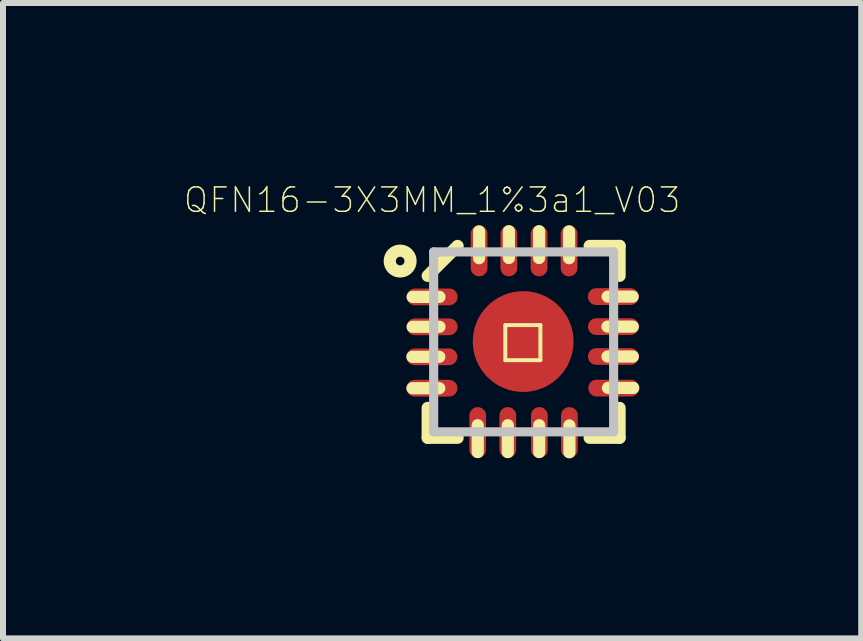
<source format=kicad_pcb>
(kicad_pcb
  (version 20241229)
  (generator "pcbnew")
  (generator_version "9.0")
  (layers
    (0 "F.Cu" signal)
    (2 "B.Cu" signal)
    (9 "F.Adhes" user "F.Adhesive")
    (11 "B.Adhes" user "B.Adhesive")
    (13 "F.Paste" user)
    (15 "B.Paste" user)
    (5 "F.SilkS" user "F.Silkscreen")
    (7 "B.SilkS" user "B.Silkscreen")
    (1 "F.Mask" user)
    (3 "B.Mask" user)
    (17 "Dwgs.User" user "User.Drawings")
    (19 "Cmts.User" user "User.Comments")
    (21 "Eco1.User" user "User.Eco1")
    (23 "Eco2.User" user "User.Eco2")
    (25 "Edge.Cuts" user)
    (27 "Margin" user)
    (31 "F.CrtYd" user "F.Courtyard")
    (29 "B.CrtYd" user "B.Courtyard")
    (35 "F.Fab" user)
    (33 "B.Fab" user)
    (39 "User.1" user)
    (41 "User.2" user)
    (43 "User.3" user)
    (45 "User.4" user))
  (footprint "QFN16-3X3MM_1%3a1_V03"
    (layer "F.Cu")
    (at 5.673 2.645)
    (property "Reference" "QFN16-3X3MM_1%3a1_V03" (at -1.524 -2.362 0) (layer "F.SilkS") (effects (font (size 0.406 0.406) (thickness 0.025))))
    (attr smd)
    (fp_line (start -1.852 0.249) (end -1.405 0.249) (stroke (width 0.203) (type solid)) (layer "F.SilkS"))
    (fp_line (start -1.852 0.772) (end -1.405 0.772) (stroke (width 0.203) (type solid)) (layer "F.SilkS"))
    (fp_line (start -1.849 -0.251) (end -1.402 -0.251) (stroke (width 0.203) (type solid)) (layer "F.SilkS"))
    (fp_line (start -1.598 -1.1) (end -1.1 -1.598) (stroke (width 0.203) (type solid)) (layer "F.SilkS"))
    (fp_line (start -1.598 1.598) (end -1.598 1.1) (stroke (width 0.203) (type solid)) (layer "F.SilkS"))
    (fp_line (start -1.402 -0.749) (end -1.849 -0.749) (stroke (width 0.203) (type solid)) (layer "F.SilkS"))
    (fp_line (start -1.1 1.598) (end -1.598 1.598) (stroke (width 0.203) (type solid)) (layer "F.SilkS"))
    (fp_line (start -0.765 1.836) (end -0.765 1.389) (stroke (width 0.203) (type solid)) (layer "F.SilkS"))
    (fp_line (start -0.742 -1.841) (end -0.742 -1.394) (stroke (width 0.203) (type solid)) (layer "F.SilkS"))
    (fp_line (start -0.305 -0.279) (end 0.279 -0.279) (stroke (width 0.066) (type solid)) (layer "F.SilkS"))
    (fp_line (start -0.305 0.305) (end -0.305 -0.279) (stroke (width 0.066) (type solid)) (layer "F.SilkS"))
    (fp_line (start -0.305 0.305) (end 0.279 0.305) (stroke (width 0.066) (type solid)) (layer "F.SilkS"))
    (fp_line (start -0.264 1.836) (end -0.264 1.389) (stroke (width 0.203) (type solid)) (layer "F.SilkS"))
    (fp_line (start -0.246 -1.844) (end -0.246 -1.397) (stroke (width 0.203) (type solid)) (layer "F.SilkS"))
    (fp_line (start 0.257 -1.844) (end 0.257 -1.397) (stroke (width 0.203) (type solid)) (layer "F.SilkS"))
    (fp_line (start 0.259 1.836) (end 0.259 1.389) (stroke (width 0.203) (type solid)) (layer "F.SilkS"))
    (fp_line (start 0.279 0.305) (end 0.279 -0.279) (stroke (width 0.066) (type solid)) (layer "F.SilkS"))
    (fp_line (start 0.757 -1.841) (end 0.757 -1.394) (stroke (width 0.203) (type solid)) (layer "F.SilkS"))
    (fp_line (start 0.762 1.839) (end 0.762 1.392) (stroke (width 0.203) (type solid)) (layer "F.SilkS"))
    (fp_line (start 1.1 -1.598) (end 1.598 -1.598) (stroke (width 0.203) (type solid)) (layer "F.SilkS"))
    (fp_line (start 1.598 -1.598) (end 1.598 -1.1) (stroke (width 0.203) (type solid)) (layer "F.SilkS"))
    (fp_line (start 1.598 1.1) (end 1.598 1.598) (stroke (width 0.203) (type solid)) (layer "F.SilkS"))
    (fp_line (start 1.598 1.598) (end 1.1 1.598) (stroke (width 0.203) (type solid)) (layer "F.SilkS"))
    (fp_line (start 1.816 -0.754) (end 1.4 -0.754) (stroke (width 0.203) (type solid)) (layer "F.SilkS"))
    (fp_line (start 1.819 -0.254) (end 1.397 -0.254) (stroke (width 0.203) (type solid)) (layer "F.SilkS"))
    (fp_line (start 1.819 0.244) (end 1.397 0.244) (stroke (width 0.203) (type solid)) (layer "F.SilkS"))
    (fp_line (start 1.826 0.767) (end 1.405 0.767) (stroke (width 0.203) (type solid)) (layer "F.SilkS"))
    (fp_circle (center -2.057 -1.346) (end -2.108 -1.397) (stroke (width 0.203) (type solid)) (fill no) (layer "F.SilkS"))
    (fp_line (start -1.499 -1.499) (end -1.499 1.499) (stroke (width 0.152) (type solid)) (layer "Dwgs.User"))
    (fp_line (start -1.499 1.499) (end 1.499 1.499) (stroke (width 0.152) (type solid)) (layer "Dwgs.User"))
    (fp_line (start 1.499 -1.499) (end -1.499 -1.499) (stroke (width 0.152) (type solid)) (layer "Dwgs.User"))
    (fp_line (start 1.499 1.499) (end 1.499 -1.499) (stroke (width 0.152) (type solid)) (layer "Dwgs.User"))
    (pad "1" smd oval (at -1.524 -0.749) (size 0.848 0.279) (layers "F.Cu" "F.Mask" "F.Paste"))
    (pad "2" smd oval (at -1.524 -0.251) (size 0.848 0.279) (layers "F.Cu" "F.Mask" "F.Paste"))
    (pad "3" smd oval (at -1.529 0.249) (size 0.848 0.279) (layers "F.Cu" "F.Mask" "F.Paste"))
    (pad "4" smd oval (at -1.527 0.772) (size 0.848 0.279) (layers "F.Cu" "F.Mask" "F.Paste"))
    (pad "5" smd oval (at -0.765 1.511 90) (size 0.848 0.279) (layers "F.Cu" "F.Mask" "F.Paste"))
    (pad "6" smd oval (at -0.264 1.511 90) (size 0.848 0.279) (layers "F.Cu" "F.Mask" "F.Paste"))
    (pad "7" smd oval (at 0.262 1.511 90) (size 0.848 0.279) (layers "F.Cu" "F.Mask" "F.Paste"))
    (pad "8" smd oval (at 0.762 1.511 90) (size 0.848 0.279) (layers "F.Cu" "F.Mask" "F.Paste"))
    (pad "9" smd oval (at 1.501 0.77 180) (size 0.848 0.279) (layers "F.Cu" "F.Mask" "F.Paste"))
    (pad "10" smd oval (at 1.496 0.244 180) (size 0.848 0.279) (layers "F.Cu" "F.Mask" "F.Paste"))
    (pad "11" smd oval (at 1.496 -0.254 180) (size 0.848 0.279) (layers "F.Cu" "F.Mask" "F.Paste"))
    (pad "12" smd oval (at 1.494 -0.754 180) (size 0.848 0.279) (layers "F.Cu" "F.Mask" "F.Paste"))
    (pad "13" smd oval (at 0.757 -1.516 270) (size 0.848 0.279) (layers "F.Cu" "F.Mask" "F.Paste"))
    (pad "14" smd oval (at 0.257 -1.516 270) (size 0.848 0.279) (layers "F.Cu" "F.Mask" "F.Paste"))
    (pad "15" smd oval (at -0.246 -1.516 270) (size 0.848 0.279) (layers "F.Cu" "F.Mask" "F.Paste"))
    (pad "16" smd oval (at -0.742 -1.516 270) (size 0.848 0.279) (layers "F.Cu" "F.Mask" "F.Paste"))
    (pad "EXT" smd oval (at -0.008 -0.005 180) (size 1.679 1.679) (layers "F.Cu" "F.Mask" "F.Paste")))
  (gr_rect
    (start -3 -3)
    (end 11.297 7.585)
    (stroke (width 0.1) (type default))
    (fill no)
    (layer "Edge.Cuts")))
</source>
